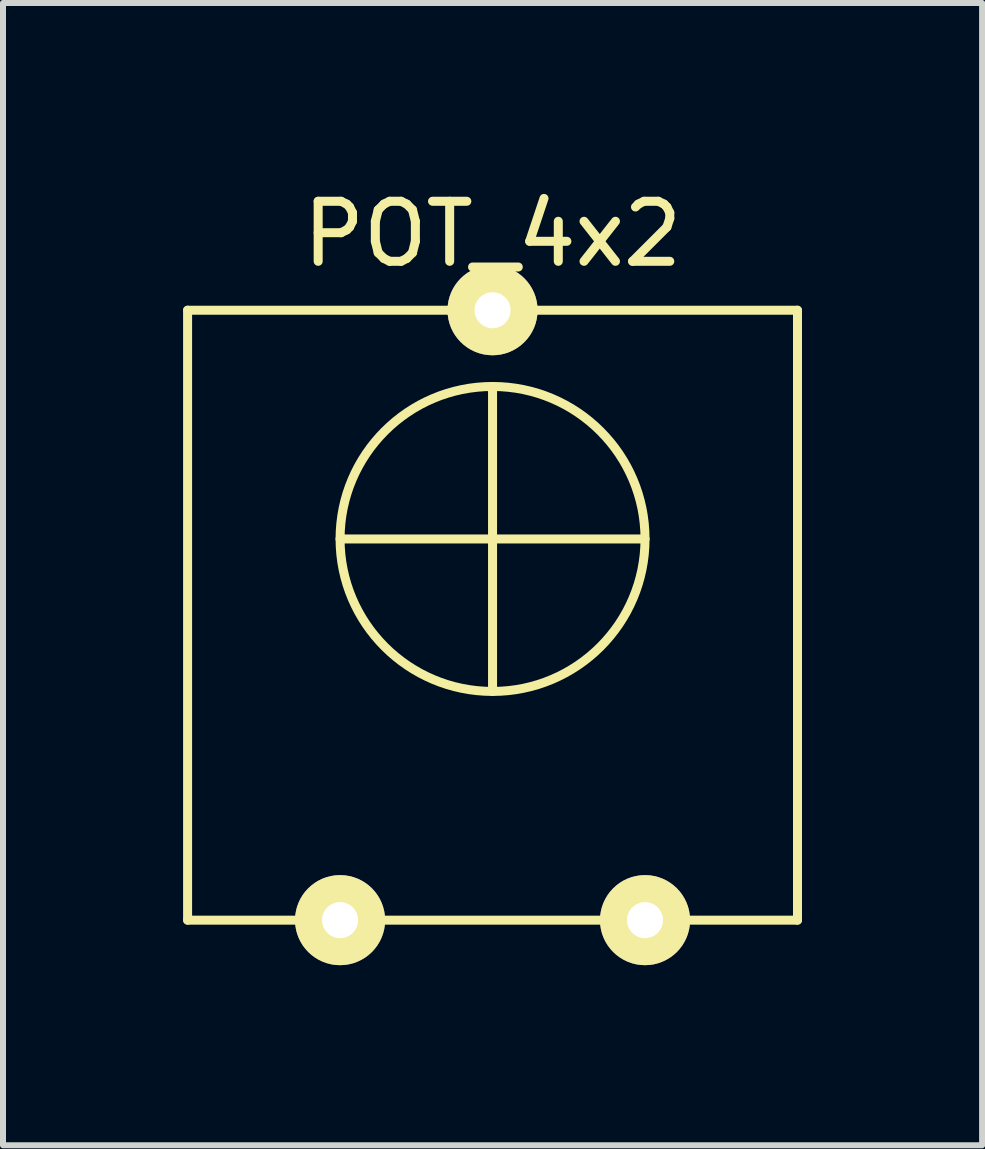
<source format=kicad_pcb>
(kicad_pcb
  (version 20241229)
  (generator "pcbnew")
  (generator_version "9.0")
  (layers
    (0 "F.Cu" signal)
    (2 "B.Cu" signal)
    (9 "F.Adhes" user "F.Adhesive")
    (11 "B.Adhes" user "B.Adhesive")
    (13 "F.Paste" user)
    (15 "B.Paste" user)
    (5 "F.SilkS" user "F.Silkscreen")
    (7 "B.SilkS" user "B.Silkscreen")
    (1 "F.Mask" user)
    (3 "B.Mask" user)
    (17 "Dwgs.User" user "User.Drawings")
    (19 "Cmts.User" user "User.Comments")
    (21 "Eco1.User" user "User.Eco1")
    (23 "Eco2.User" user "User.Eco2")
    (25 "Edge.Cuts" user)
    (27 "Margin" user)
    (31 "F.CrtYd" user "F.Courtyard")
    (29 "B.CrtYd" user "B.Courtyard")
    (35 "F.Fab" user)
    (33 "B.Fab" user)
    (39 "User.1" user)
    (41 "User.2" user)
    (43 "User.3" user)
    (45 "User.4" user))
  (footprint "POT_4x2"
    (layer "F.Cu")
    (at 5.155 7.198)
    (property "Reference" "POT_4x2" (at 0 -6.35 0) (layer "F.SilkS") (effects (font (size 1 1) (thickness 0.15))))
    (attr through_hole)
    (fp_line (start -5.08 -5.08) (end 5.08 -5.08) (stroke (width 0.15) (type solid)) (layer "F.SilkS"))
    (fp_line (start -5.08 5.08) (end -5.08 -5.08) (stroke (width 0.15) (type solid)) (layer "F.SilkS"))
    (fp_line (start -2.54 -1.27) (end 2.54 -1.27) (stroke (width 0.15) (type solid)) (layer "F.SilkS"))
    (fp_line (start 0 -3.81) (end 0 1.27) (stroke (width 0.15) (type solid)) (layer "F.SilkS"))
    (fp_line (start 5.08 -5.08) (end 5.08 5.08) (stroke (width 0.15) (type solid)) (layer "F.SilkS"))
    (fp_line (start 5.08 5.08) (end -5.08 5.08) (stroke (width 0.15) (type solid)) (layer "F.SilkS"))
    (fp_circle (center 0 -1.27) (end 0 -3.81) (stroke (width 0.15) (type solid)) (fill no) (layer "F.SilkS"))
    (pad "1" thru_hole circle (at -2.54 5.08) (size 1.5 1.5) (drill 0.6) (layers "*.Cu" "*.Mask" "F.SilkS"))
    (pad "2" thru_hole circle (at 0 -5.08) (size 1.5 1.5) (drill 0.6) (layers "*.Cu" "*.Mask" "F.SilkS"))
    (pad "3" thru_hole circle (at 2.54 5.08) (size 1.5 1.5) (drill 0.6) (layers "*.Cu" "*.Mask" "F.SilkS")))
  (gr_rect
    (start -3 -3)
    (end 13.31 16.028)
    (stroke (width 0.1) (type default))
    (fill no)
    (layer "Edge.Cuts")))
</source>
